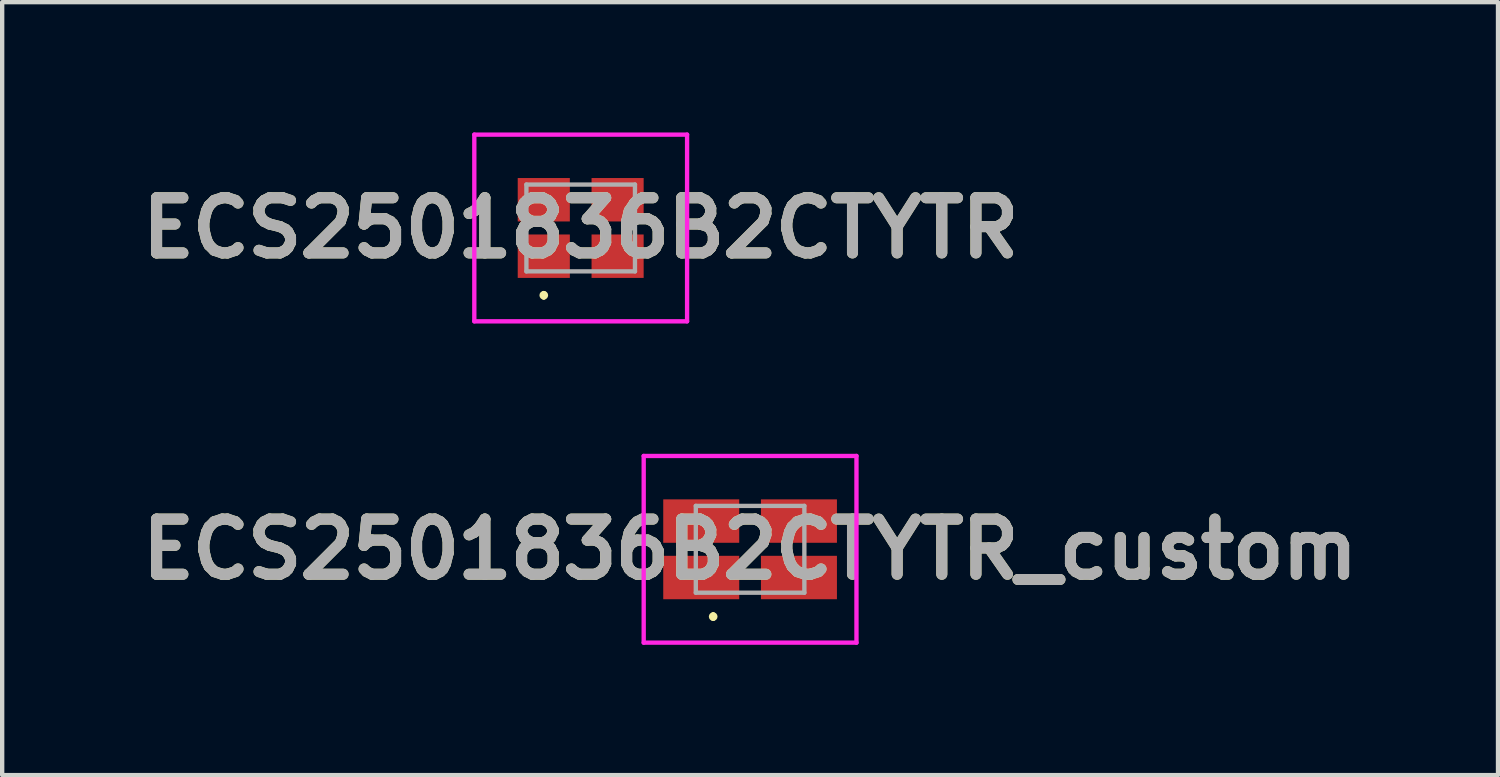
<source format=kicad_pcb>
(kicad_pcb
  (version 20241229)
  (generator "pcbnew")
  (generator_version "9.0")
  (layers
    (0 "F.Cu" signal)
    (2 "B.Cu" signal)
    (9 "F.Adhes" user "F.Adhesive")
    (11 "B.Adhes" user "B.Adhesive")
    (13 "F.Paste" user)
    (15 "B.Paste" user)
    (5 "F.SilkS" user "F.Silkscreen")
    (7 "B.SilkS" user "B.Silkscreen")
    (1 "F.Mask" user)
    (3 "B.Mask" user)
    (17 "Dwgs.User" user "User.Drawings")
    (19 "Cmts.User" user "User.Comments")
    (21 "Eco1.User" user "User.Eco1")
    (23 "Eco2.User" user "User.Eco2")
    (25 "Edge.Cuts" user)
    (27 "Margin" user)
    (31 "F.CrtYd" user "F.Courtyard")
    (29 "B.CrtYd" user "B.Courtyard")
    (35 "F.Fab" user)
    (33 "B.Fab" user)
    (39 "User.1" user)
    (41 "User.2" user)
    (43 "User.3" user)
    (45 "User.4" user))
  (footprint "ECS2501836B2CTYTR_custom"
    (layer "F.Cu")
    (at 14.224 9.6)
    (property "Reference" "ECS2501836B2CTYTR_custom" (at 0 0 0) (layer "F.SilkS") (effects (font (size 1.27 1.27) (thickness 0.254))))
    (attr smd)
    (fp_line (start -0.85 1.5) (end -0.85 1.5) (stroke (width 0.1) (type solid)) (layer "F.SilkS"))
    (fp_line (start -0.85 1.6) (end -0.85 1.6) (stroke (width 0.1) (type solid)) (layer "F.SilkS"))
    (fp_arc (start -0.85 1.5) (mid -0.8 1.55) (end -0.85 1.6) (stroke (width 0.1) (type solid)) (layer "F.SilkS"))
    (fp_arc (start -0.85 1.6) (mid -0.9 1.55) (end -0.85 1.5) (stroke (width 0.1) (type solid)) (layer "F.SilkS"))
    (fp_line (start -2.45 -2.15) (end 2.45 -2.15) (stroke (width 0.1) (type solid)) (layer "F.CrtYd"))
    (fp_line (start -2.45 2.15) (end -2.45 -2.15) (stroke (width 0.1) (type solid)) (layer "F.CrtYd"))
    (fp_line (start 2.45 -2.15) (end 2.45 2.15) (stroke (width 0.1) (type solid)) (layer "F.CrtYd"))
    (fp_line (start 2.45 2.15) (end -2.45 2.15) (stroke (width 0.1) (type solid)) (layer "F.CrtYd"))
    (fp_line (start -1.25 -1) (end -1.25 1) (stroke (width 0.1) (type solid)) (layer "F.Fab"))
    (fp_line (start -1.25 1) (end 1.25 1) (stroke (width 0.1) (type solid)) (layer "F.Fab"))
    (fp_line (start 1.25 -1) (end -1.25 -1) (stroke (width 0.1) (type solid)) (layer "F.Fab"))
    (fp_line (start 1.25 1) (end 1.25 -1) (stroke (width 0.1) (type solid)) (layer "F.Fab"))
    (fp_text user "${REFERENCE}" (at 0 0 0) (layer "F.Fab") (effects (font (size 1.27 1.27) (thickness 0.254))))
    (pad "1" smd rect (at -1.125 0.65 90) (size 1 1.75) (layers "F.Cu" "F.Mask" "F.Paste"))
    (pad "2" smd rect (at 1.125 0.65 90) (size 1 1.75) (layers "F.Cu" "F.Mask" "F.Paste"))
    (pad "3" smd rect (at 1.125 -0.65 90) (size 1 1.75) (layers "F.Cu" "F.Mask" "F.Paste"))
    (pad "4" smd rect (at -1.125 -0.65 90) (size 1 1.75) (layers "F.Cu" "F.Mask" "F.Paste")))
  (footprint "ECS2501836B2CTYTR"
    (layer "F.Cu")
    (at 10.323 2.2)
    (property "Reference" "ECS2501836B2CTYTR" (at 0 0 0) (layer "F.SilkS") (effects (font (size 1.27 1.27) (thickness 0.254))))
    (attr smd)
    (fp_line (start -0.85 1.5) (end -0.85 1.5) (stroke (width 0.1) (type solid)) (layer "F.SilkS"))
    (fp_line (start -0.85 1.6) (end -0.85 1.6) (stroke (width 0.1) (type solid)) (layer "F.SilkS"))
    (fp_arc (start -0.85 1.5) (mid -0.8 1.55) (end -0.85 1.6) (stroke (width 0.1) (type solid)) (layer "F.SilkS"))
    (fp_arc (start -0.85 1.6) (mid -0.9 1.55) (end -0.85 1.5) (stroke (width 0.1) (type solid)) (layer "F.SilkS"))
    (fp_line (start -2.45 -2.15) (end 2.45 -2.15) (stroke (width 0.1) (type solid)) (layer "F.CrtYd"))
    (fp_line (start -2.45 2.15) (end -2.45 -2.15) (stroke (width 0.1) (type solid)) (layer "F.CrtYd"))
    (fp_line (start 2.45 -2.15) (end 2.45 2.15) (stroke (width 0.1) (type solid)) (layer "F.CrtYd"))
    (fp_line (start 2.45 2.15) (end -2.45 2.15) (stroke (width 0.1) (type solid)) (layer "F.CrtYd"))
    (fp_line (start -1.25 -1) (end -1.25 1) (stroke (width 0.1) (type solid)) (layer "F.Fab"))
    (fp_line (start -1.25 1) (end 1.25 1) (stroke (width 0.1) (type solid)) (layer "F.Fab"))
    (fp_line (start 1.25 -1) (end -1.25 -1) (stroke (width 0.1) (type solid)) (layer "F.Fab"))
    (fp_line (start 1.25 1) (end 1.25 -1) (stroke (width 0.1) (type solid)) (layer "F.Fab"))
    (fp_text user "${REFERENCE}" (at 0 0 0) (layer "F.Fab") (effects (font (size 1.27 1.27) (thickness 0.254))))
    (pad "1" smd rect (at -0.85 0.65 90) (size 1 1.2) (layers "F.Cu" "F.Mask" "F.Paste"))
    (pad "2" smd rect (at 0.85 0.65 90) (size 1 1.2) (layers "F.Cu" "F.Mask" "F.Paste"))
    (pad "3" smd rect (at 0.85 -0.65 90) (size 1 1.2) (layers "F.Cu" "F.Mask" "F.Paste"))
    (pad "4" smd rect (at -0.85 -0.65 90) (size 1 1.2) (layers "F.Cu" "F.Mask" "F.Paste")))
  (gr_rect
    (start -3 -3)
    (end 31.448 14.8)
    (stroke (width 0.1) (type default))
    (fill no)
    (layer "Edge.Cuts")))
</source>
